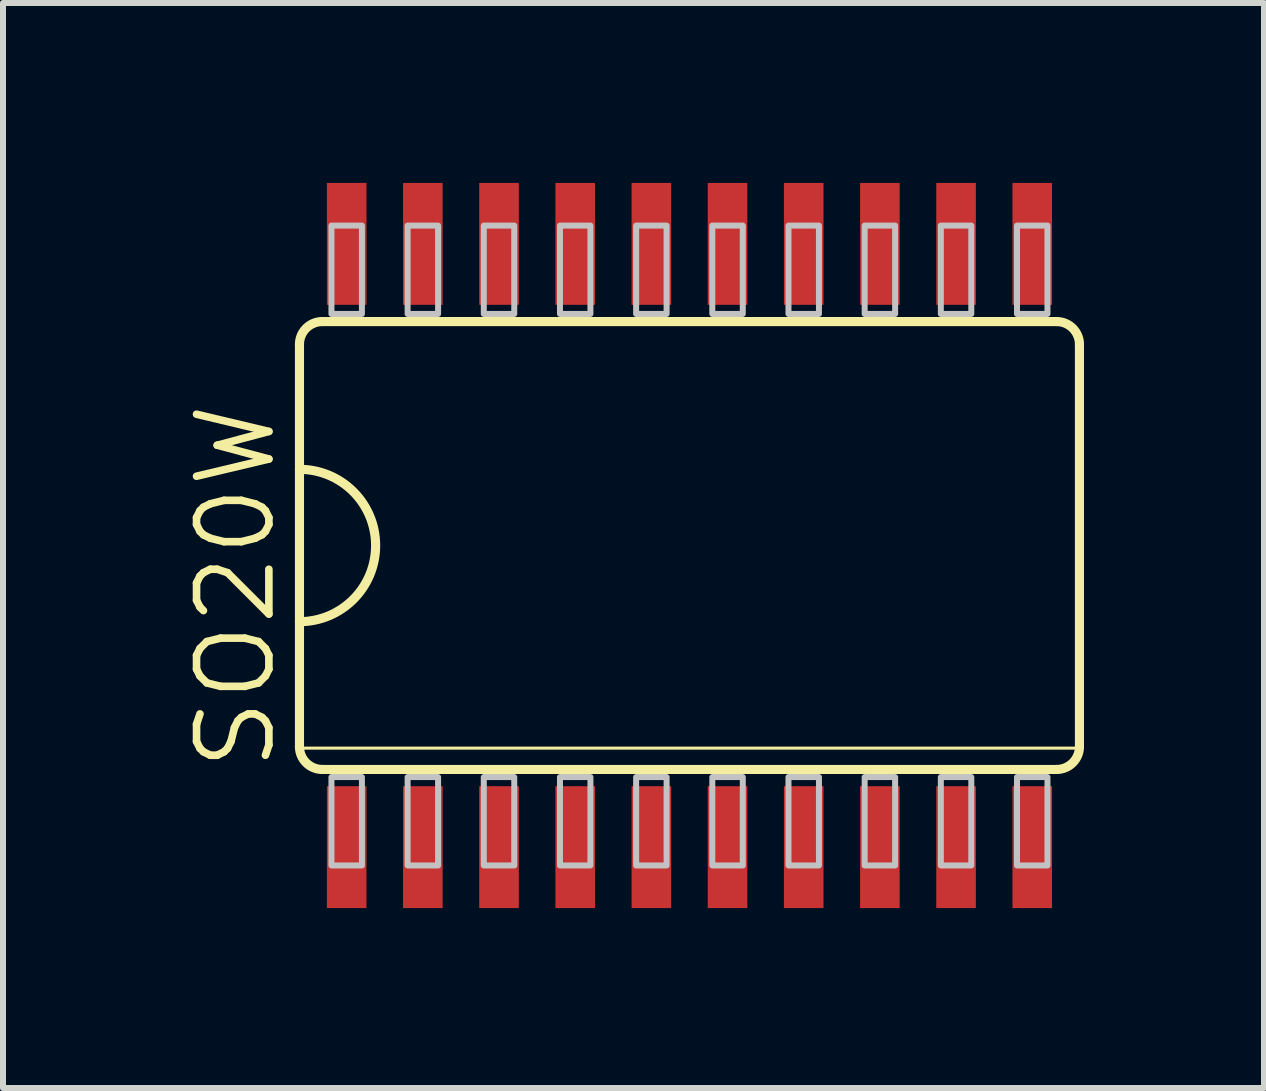
<source format=kicad_pcb>
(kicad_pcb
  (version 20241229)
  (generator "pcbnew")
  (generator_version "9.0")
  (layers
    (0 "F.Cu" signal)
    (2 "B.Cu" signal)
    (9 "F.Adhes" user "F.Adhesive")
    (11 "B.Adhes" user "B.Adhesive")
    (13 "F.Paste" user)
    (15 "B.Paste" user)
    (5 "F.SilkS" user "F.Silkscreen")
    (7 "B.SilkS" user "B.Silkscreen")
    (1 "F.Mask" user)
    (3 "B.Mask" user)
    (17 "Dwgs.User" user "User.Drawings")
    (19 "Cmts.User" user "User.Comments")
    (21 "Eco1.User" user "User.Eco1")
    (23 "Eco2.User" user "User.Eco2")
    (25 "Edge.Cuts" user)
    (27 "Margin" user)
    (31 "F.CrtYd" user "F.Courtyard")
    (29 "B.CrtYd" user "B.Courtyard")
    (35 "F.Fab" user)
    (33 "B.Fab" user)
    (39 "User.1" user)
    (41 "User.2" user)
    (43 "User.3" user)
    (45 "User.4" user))
  (footprint "SO20W"
    (layer "F.Cu")
    (at 8.445 6.045)
    (property "Reference" "SO20W" (at -6.858 3.81 90) (layer "F.SilkS") (effects (font (size 1.206 1.206) (thickness 0.127)) (justify left bottom)))
    (attr through_hole)
    (fp_line (start -6.502 -3.353) (end -6.502 3.353) (stroke (width 0.152) (type solid)) (layer "F.SilkS"))
    (fp_line (start -6.477 3.378) (end 6.477 3.378) (stroke (width 0.051) (type solid)) (layer "F.SilkS"))
    (fp_line (start -6.121 3.734) (end 6.121 3.734) (stroke (width 0.152) (type solid)) (layer "F.SilkS"))
    (fp_line (start 6.121 -3.734) (end -6.121 -3.734) (stroke (width 0.152) (type solid)) (layer "F.SilkS"))
    (fp_line (start 6.502 3.353) (end 6.502 -3.353) (stroke (width 0.152) (type solid)) (layer "F.SilkS"))
    (fp_arc (start -6.5024 -3.3528) (mid -6.390808 -3.622208) (end -6.1214 -3.7338) (stroke (width 0.1524) (type solid)) (layer "F.SilkS"))
    (fp_arc (start -6.5024 -1.27) (mid -5.2324 0) (end -6.5024 1.27) (stroke (width 0.1524) (type solid)) (layer "F.SilkS"))
    (fp_arc (start -6.1214 3.7338) (mid -6.390808 3.622208) (end -6.5024 3.3528) (stroke (width 0.1524) (type solid)) (layer "F.SilkS"))
    (fp_arc (start 6.1214 -3.7338) (mid 6.390808 -3.622208) (end 6.5024 -3.3528) (stroke (width 0.1524) (type solid)) (layer "F.SilkS"))
    (fp_arc (start 6.5024 3.3528) (mid 6.390808 3.622208) (end 6.1214 3.7338) (stroke (width 0.1524) (type solid)) (layer "F.SilkS"))
    (fp_poly (pts (xy -5.969 -3.734) (xy -5.461 -3.734) (xy -5.461 -3.861) (xy -5.969 -3.861)) (stroke (width 0) (type solid)) (fill yes) (layer "F.SilkS"))
    (fp_poly (pts (xy -5.969 3.861) (xy -5.461 3.861) (xy -5.461 3.734) (xy -5.969 3.734)) (stroke (width 0) (type solid)) (fill yes) (layer "F.SilkS"))
    (fp_poly (pts (xy -4.699 -3.734) (xy -4.191 -3.734) (xy -4.191 -3.861) (xy -4.699 -3.861)) (stroke (width 0) (type solid)) (fill yes) (layer "F.SilkS"))
    (fp_poly (pts (xy -4.699 3.861) (xy -4.191 3.861) (xy -4.191 3.734) (xy -4.699 3.734)) (stroke (width 0) (type solid)) (fill yes) (layer "F.SilkS"))
    (fp_poly (pts (xy -3.429 -3.734) (xy -2.921 -3.734) (xy -2.921 -3.861) (xy -3.429 -3.861)) (stroke (width 0) (type solid)) (fill yes) (layer "F.SilkS"))
    (fp_poly (pts (xy -3.429 3.861) (xy -2.921 3.861) (xy -2.921 3.734) (xy -3.429 3.734)) (stroke (width 0) (type solid)) (fill yes) (layer "F.SilkS"))
    (fp_poly (pts (xy -2.159 -3.734) (xy -1.651 -3.734) (xy -1.651 -3.861) (xy -2.159 -3.861)) (stroke (width 0) (type solid)) (fill yes) (layer "F.SilkS"))
    (fp_poly (pts (xy -2.159 3.861) (xy -1.651 3.861) (xy -1.651 3.734) (xy -2.159 3.734)) (stroke (width 0) (type solid)) (fill yes) (layer "F.SilkS"))
    (fp_poly (pts (xy -0.889 -3.734) (xy -0.381 -3.734) (xy -0.381 -3.861) (xy -0.889 -3.861)) (stroke (width 0) (type solid)) (fill yes) (layer "F.SilkS"))
    (fp_poly (pts (xy -0.889 3.861) (xy -0.381 3.861) (xy -0.381 3.734) (xy -0.889 3.734)) (stroke (width 0) (type solid)) (fill yes) (layer "F.SilkS"))
    (fp_poly (pts (xy 0.381 -3.734) (xy 0.889 -3.734) (xy 0.889 -3.861) (xy 0.381 -3.861)) (stroke (width 0) (type solid)) (fill yes) (layer "F.SilkS"))
    (fp_poly (pts (xy 0.381 3.861) (xy 0.889 3.861) (xy 0.889 3.734) (xy 0.381 3.734)) (stroke (width 0) (type solid)) (fill yes) (layer "F.SilkS"))
    (fp_poly (pts (xy 1.651 -3.734) (xy 2.159 -3.734) (xy 2.159 -3.861) (xy 1.651 -3.861)) (stroke (width 0) (type solid)) (fill yes) (layer "F.SilkS"))
    (fp_poly (pts (xy 1.651 3.861) (xy 2.159 3.861) (xy 2.159 3.734) (xy 1.651 3.734)) (stroke (width 0) (type solid)) (fill yes) (layer "F.SilkS"))
    (fp_poly (pts (xy 2.921 -3.734) (xy 3.429 -3.734) (xy 3.429 -3.861) (xy 2.921 -3.861)) (stroke (width 0) (type solid)) (fill yes) (layer "F.SilkS"))
    (fp_poly (pts (xy 2.921 3.861) (xy 3.429 3.861) (xy 3.429 3.734) (xy 2.921 3.734)) (stroke (width 0) (type solid)) (fill yes) (layer "F.SilkS"))
    (fp_poly (pts (xy 4.191 -3.734) (xy 4.699 -3.734) (xy 4.699 -3.861) (xy 4.191 -3.861)) (stroke (width 0) (type solid)) (fill yes) (layer "F.SilkS"))
    (fp_poly (pts (xy 4.191 3.861) (xy 4.699 3.861) (xy 4.699 3.734) (xy 4.191 3.734)) (stroke (width 0) (type solid)) (fill yes) (layer "F.SilkS"))
    (fp_poly (pts (xy 5.461 -3.734) (xy 5.969 -3.734) (xy 5.969 -3.861) (xy 5.461 -3.861)) (stroke (width 0) (type solid)) (fill yes) (layer "F.SilkS"))
    (fp_poly (pts (xy 5.461 3.861) (xy 5.969 3.861) (xy 5.969 3.734) (xy 5.461 3.734)) (stroke (width 0) (type solid)) (fill yes) (layer "F.SilkS"))
    (fp_poly (pts (xy -5.969 -3.861) (xy -5.461 -3.861) (xy -5.461 -5.334) (xy -5.969 -5.334)) (stroke (width 0.1) (type solid)) (fill no) (layer "Dwgs.User"))
    (fp_poly (pts (xy -5.969 5.334) (xy -5.461 5.334) (xy -5.461 3.861) (xy -5.969 3.861)) (stroke (width 0.1) (type solid)) (fill no) (layer "Dwgs.User"))
    (fp_poly (pts (xy -4.699 -3.861) (xy -4.191 -3.861) (xy -4.191 -5.334) (xy -4.699 -5.334)) (stroke (width 0.1) (type solid)) (fill no) (layer "Dwgs.User"))
    (fp_poly (pts (xy -4.699 5.334) (xy -4.191 5.334) (xy -4.191 3.861) (xy -4.699 3.861)) (stroke (width 0.1) (type solid)) (fill no) (layer "Dwgs.User"))
    (fp_poly (pts (xy -3.429 -3.861) (xy -2.921 -3.861) (xy -2.921 -5.334) (xy -3.429 -5.334)) (stroke (width 0.1) (type solid)) (fill no) (layer "Dwgs.User"))
    (fp_poly (pts (xy -3.429 5.334) (xy -2.921 5.334) (xy -2.921 3.861) (xy -3.429 3.861)) (stroke (width 0.1) (type solid)) (fill no) (layer "Dwgs.User"))
    (fp_poly (pts (xy -2.159 -3.861) (xy -1.651 -3.861) (xy -1.651 -5.334) (xy -2.159 -5.334)) (stroke (width 0.1) (type solid)) (fill no) (layer "Dwgs.User"))
    (fp_poly (pts (xy -2.159 5.334) (xy -1.651 5.334) (xy -1.651 3.861) (xy -2.159 3.861)) (stroke (width 0.1) (type solid)) (fill no) (layer "Dwgs.User"))
    (fp_poly (pts (xy -0.889 -3.861) (xy -0.381 -3.861) (xy -0.381 -5.334) (xy -0.889 -5.334)) (stroke (width 0.1) (type solid)) (fill no) (layer "Dwgs.User"))
    (fp_poly (pts (xy -0.889 5.334) (xy -0.381 5.334) (xy -0.381 3.861) (xy -0.889 3.861)) (stroke (width 0.1) (type solid)) (fill no) (layer "Dwgs.User"))
    (fp_poly (pts (xy 0.381 -3.861) (xy 0.889 -3.861) (xy 0.889 -5.334) (xy 0.381 -5.334)) (stroke (width 0.1) (type solid)) (fill no) (layer "Dwgs.User"))
    (fp_poly (pts (xy 0.381 5.334) (xy 0.889 5.334) (xy 0.889 3.861) (xy 0.381 3.861)) (stroke (width 0.1) (type solid)) (fill no) (layer "Dwgs.User"))
    (fp_poly (pts (xy 1.651 -3.861) (xy 2.159 -3.861) (xy 2.159 -5.334) (xy 1.651 -5.334)) (stroke (width 0.1) (type solid)) (fill no) (layer "Dwgs.User"))
    (fp_poly (pts (xy 1.651 5.334) (xy 2.159 5.334) (xy 2.159 3.861) (xy 1.651 3.861)) (stroke (width 0.1) (type solid)) (fill no) (layer "Dwgs.User"))
    (fp_poly (pts (xy 2.921 -3.861) (xy 3.429 -3.861) (xy 3.429 -5.334) (xy 2.921 -5.334)) (stroke (width 0.1) (type solid)) (fill no) (layer "Dwgs.User"))
    (fp_poly (pts (xy 2.921 5.334) (xy 3.429 5.334) (xy 3.429 3.861) (xy 2.921 3.861)) (stroke (width 0.1) (type solid)) (fill no) (layer "Dwgs.User"))
    (fp_poly (pts (xy 4.191 -3.861) (xy 4.699 -3.861) (xy 4.699 -5.334) (xy 4.191 -5.334)) (stroke (width 0.1) (type solid)) (fill no) (layer "Dwgs.User"))
    (fp_poly (pts (xy 4.191 5.334) (xy 4.699 5.334) (xy 4.699 3.861) (xy 4.191 3.861)) (stroke (width 0.1) (type solid)) (fill no) (layer "Dwgs.User"))
    (fp_poly (pts (xy 5.461 -3.861) (xy 5.969 -3.861) (xy 5.969 -5.334) (xy 5.461 -5.334)) (stroke (width 0.1) (type solid)) (fill no) (layer "Dwgs.User"))
    (fp_poly (pts (xy 5.461 5.334) (xy 5.969 5.334) (xy 5.969 3.861) (xy 5.461 3.861)) (stroke (width 0.1) (type solid)) (fill no) (layer "Dwgs.User"))
    (pad "1" smd rect (at -5.715 5.029) (size 0.66 2.032) (layers "F.Cu" "F.Mask" "F.Paste"))
    (pad "2" smd rect (at -4.445 5.029) (size 0.66 2.032) (layers "F.Cu" "F.Mask" "F.Paste"))
    (pad "3" smd rect (at -3.175 5.029) (size 0.66 2.032) (layers "F.Cu" "F.Mask" "F.Paste"))
    (pad "4" smd rect (at -1.905 5.029) (size 0.66 2.032) (layers "F.Cu" "F.Mask" "F.Paste"))
    (pad "5" smd rect (at -0.635 5.029) (size 0.66 2.032) (layers "F.Cu" "F.Mask" "F.Paste"))
    (pad "6" smd rect (at 0.635 5.029) (size 0.66 2.032) (layers "F.Cu" "F.Mask" "F.Paste"))
    (pad "7" smd rect (at 1.905 5.029) (size 0.66 2.032) (layers "F.Cu" "F.Mask" "F.Paste"))
    (pad "8" smd rect (at 3.175 5.029) (size 0.66 2.032) (layers "F.Cu" "F.Mask" "F.Paste"))
    (pad "9" smd rect (at 4.445 5.029) (size 0.66 2.032) (layers "F.Cu" "F.Mask" "F.Paste"))
    (pad "10" smd rect (at 5.715 5.029) (size 0.66 2.032) (layers "F.Cu" "F.Mask" "F.Paste"))
    (pad "11" smd rect (at 5.715 -5.029) (size 0.66 2.032) (layers "F.Cu" "F.Mask" "F.Paste"))
    (pad "12" smd rect (at 4.445 -5.029) (size 0.66 2.032) (layers "F.Cu" "F.Mask" "F.Paste"))
    (pad "13" smd rect (at 3.175 -5.029) (size 0.66 2.032) (layers "F.Cu" "F.Mask" "F.Paste"))
    (pad "14" smd rect (at 1.905 -5.029) (size 0.66 2.032) (layers "F.Cu" "F.Mask" "F.Paste"))
    (pad "15" smd rect (at 0.635 -5.029) (size 0.66 2.032) (layers "F.Cu" "F.Mask" "F.Paste"))
    (pad "16" smd rect (at -0.635 -5.029) (size 0.66 2.032) (layers "F.Cu" "F.Mask" "F.Paste"))
    (pad "17" smd rect (at -1.905 -5.029) (size 0.66 2.032) (layers "F.Cu" "F.Mask" "F.Paste"))
    (pad "18" smd rect (at -3.175 -5.029) (size 0.66 2.032) (layers "F.Cu" "F.Mask" "F.Paste"))
    (pad "19" smd rect (at -4.445 -5.029) (size 0.66 2.032) (layers "F.Cu" "F.Mask" "F.Paste"))
    (pad "20" smd rect (at -5.715 -5.029) (size 0.66 2.032) (layers "F.Cu" "F.Mask" "F.Paste")))
  (gr_rect
    (start -3 -3)
    (end 18.024 15.09)
    (stroke (width 0.1) (type default))
    (fill no)
    (layer "Edge.Cuts")))
</source>
